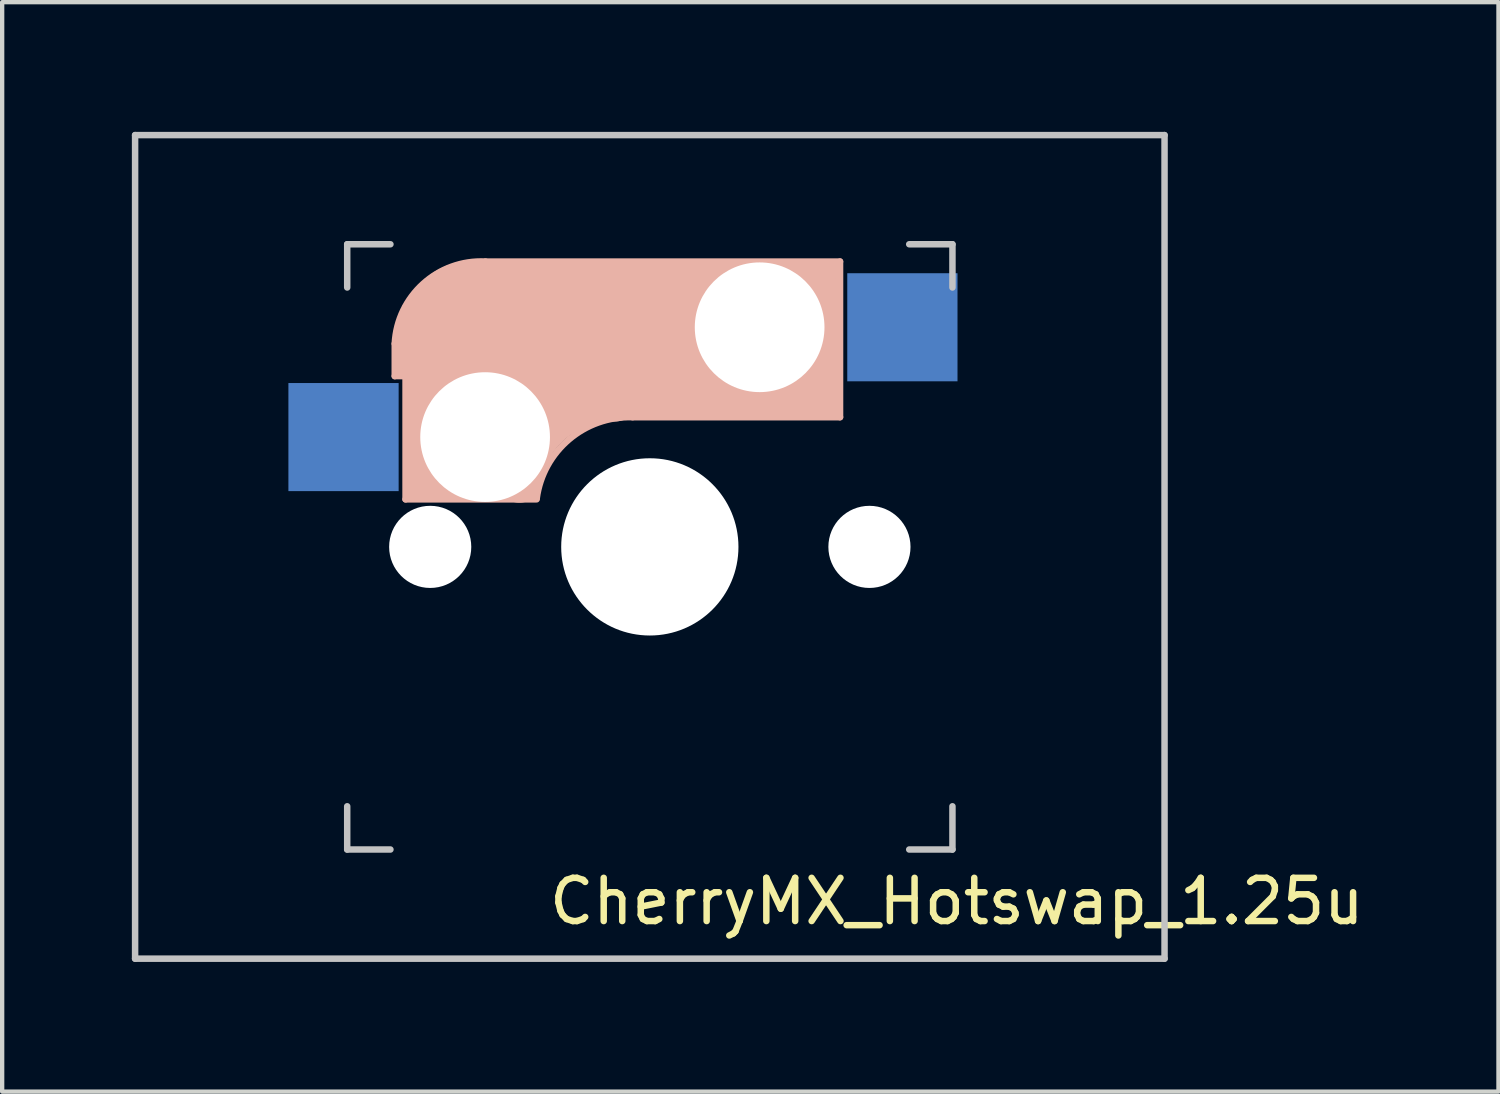
<source format=kicad_pcb>
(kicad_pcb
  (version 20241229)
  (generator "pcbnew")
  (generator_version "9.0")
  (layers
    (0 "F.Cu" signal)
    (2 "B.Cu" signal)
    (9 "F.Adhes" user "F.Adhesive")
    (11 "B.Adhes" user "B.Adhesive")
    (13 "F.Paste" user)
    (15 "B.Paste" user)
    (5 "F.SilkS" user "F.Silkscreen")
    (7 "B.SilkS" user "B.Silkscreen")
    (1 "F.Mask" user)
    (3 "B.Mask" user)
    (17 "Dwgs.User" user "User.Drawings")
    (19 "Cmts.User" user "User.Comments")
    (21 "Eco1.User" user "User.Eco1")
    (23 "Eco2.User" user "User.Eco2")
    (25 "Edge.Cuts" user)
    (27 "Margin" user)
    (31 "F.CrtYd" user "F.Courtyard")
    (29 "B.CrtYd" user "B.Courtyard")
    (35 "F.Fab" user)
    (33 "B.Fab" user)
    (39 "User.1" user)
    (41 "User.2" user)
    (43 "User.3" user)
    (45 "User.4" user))
  (footprint "CherryMX_Hotswap_1.25u"
    (layer "F.Cu")
    (at 11.981 9.6)
    (property "Reference" "CherryMX_Hotswap_1.25u" (at 7.1 8.2 0) (layer "F.SilkS") (effects (font (size 1 1) (thickness 0.15))))
    (attr through_hole)
    (fp_line (start -5.9 -4.7) (end -5.9 -3.95) (stroke (width 0.15) (type solid)) (layer "B.SilkS"))
    (fp_line (start -5.9 -3.95) (end -5.7 -3.95) (stroke (width 0.15) (type solid)) (layer "B.SilkS"))
    (fp_line (start -5.8 -4.05) (end -5.8 -4.7) (stroke (width 0.3) (type solid)) (layer "B.SilkS"))
    (fp_line (start -5.65 -5.55) (end -5.65 -1.1) (stroke (width 0.15) (type solid)) (layer "B.SilkS"))
    (fp_line (start -5.65 -1.1) (end -2.62 -1.1) (stroke (width 0.15) (type solid)) (layer "B.SilkS"))
    (fp_line (start -5.45 -1.3) (end -3 -1.3) (stroke (width 0.5) (type solid)) (layer "B.SilkS"))
    (fp_line (start -5.3 -1.6) (end -5.3 -3.4) (stroke (width 0.8) (type solid)) (layer "B.SilkS"))
    (fp_line (start -4.17 -5.1) (end -4.17 -2.86) (stroke (width 3) (type solid)) (layer "B.SilkS"))
    (fp_line (start -0.4 -3) (end 4.4 -3) (stroke (width 0.15) (type solid)) (layer "B.SilkS"))
    (fp_line (start 2.6 -4.8) (end -4.1 -4.8) (stroke (width 3.5) (type solid)) (layer "B.SilkS"))
    (fp_line (start 3.9 -6) (end 3.9 -3.5) (stroke (width 1) (type solid)) (layer "B.SilkS"))
    (fp_line (start 4.2 -3.25) (end 2.9 -3.3) (stroke (width 0.5) (type solid)) (layer "B.SilkS"))
    (fp_line (start 4.25 -6.4) (end 3 -6.4) (stroke (width 0.4) (type solid)) (layer "B.SilkS"))
    (fp_line (start 4.38 -4) (end 4.38 -6.25) (stroke (width 0.15) (type solid)) (layer "B.SilkS"))
    (fp_line (start 4.4 -6.6) (end -3.8 -6.6) (stroke (width 0.15) (type solid)) (layer "B.SilkS"))
    (fp_line (start 4.4 -3) (end 4.4 -6.6) (stroke (width 0.15) (type solid)) (layer "B.SilkS"))
    (fp_arc (start -5.9 -4.699999) (mid -5.243504 -6.084924) (end -3.800001 -6.6) (stroke (width 0.15) (type solid)) (layer "B.SilkS"))
    (fp_arc (start -3.016318 -1.521471) (mid -2.268709 -2.886118) (end -0.8 -3.4) (stroke (width 1) (type solid)) (layer "B.SilkS"))
    (fp_arc (start -2.616318 -1.121471) (mid -1.868709 -2.486118) (end -0.4 -3) (stroke (width 0.15) (type solid)) (layer "B.SilkS"))
    (fp_line (start -11.906 -9.525) (end 11.906 -9.525) (stroke (width 0.15) (type solid)) (layer "Dwgs.User"))
    (fp_line (start -11.906 9.525) (end -11.906 -9.525) (stroke (width 0.15) (type solid)) (layer "Dwgs.User"))
    (fp_line (start -7 -7) (end -6 -7) (stroke (width 0.15) (type solid)) (layer "Dwgs.User"))
    (fp_line (start -7 -6) (end -7 -7) (stroke (width 0.15) (type solid)) (layer "Dwgs.User"))
    (fp_line (start -7 6) (end -7 7) (stroke (width 0.15) (type solid)) (layer "Dwgs.User"))
    (fp_line (start -7 7) (end -6 7) (stroke (width 0.15) (type solid)) (layer "Dwgs.User"))
    (fp_line (start 6 7) (end 7 7) (stroke (width 0.15) (type solid)) (layer "Dwgs.User"))
    (fp_line (start 7 -7) (end 6 -7) (stroke (width 0.15) (type solid)) (layer "Dwgs.User"))
    (fp_line (start 7 -7) (end 7 -6) (stroke (width 0.15) (type solid)) (layer "Dwgs.User"))
    (fp_line (start 7 7) (end 7 6) (stroke (width 0.15) (type solid)) (layer "Dwgs.User"))
    (fp_line (start 11.906 -9.525) (end 11.906 9.525) (stroke (width 0.15) (type solid)) (layer "Dwgs.User"))
    (fp_line (start 11.906 9.525) (end -11.906 9.525) (stroke (width 0.15) (type solid)) (layer "Dwgs.User"))
    (pad "" np_thru_hole circle (at -5.08 0) (size 1.9 1.9) (drill 1.9) (layers "*.Cu" "*.Mask"))
    (pad "" np_thru_hole circle (at -3.81 -2.54) (size 3 3) (drill 3) (layers "*.Cu" "*.Mask"))
    (pad "" np_thru_hole circle (at 0 0 90) (size 4.1 4.1) (drill 4.1) (layers "*.Cu" "*.Mask"))
    (pad "" np_thru_hole circle (at 2.54 -5.08) (size 3 3) (drill 3) (layers "*.Cu" "*.Mask"))
    (pad "" np_thru_hole circle (at 5.08 0) (size 1.9 1.9) (drill 1.9) (layers "*.Cu" "*.Mask"))
    (pad "1" smd rect (at -7.085 -2.54 180) (size 2.55 2.5) (layers "B.Cu" "B.Mask" "B.Paste"))
    (pad "2" smd rect (at 5.842 -5.08 180) (size 2.55 2.5) (layers "B.Cu" "B.Mask" "B.Paste")))
  (gr_rect
    (start -3 -3)
    (end 31.611 22.2)
    (stroke (width 0.1) (type default))
    (fill no)
    (layer "Edge.Cuts")))
</source>
